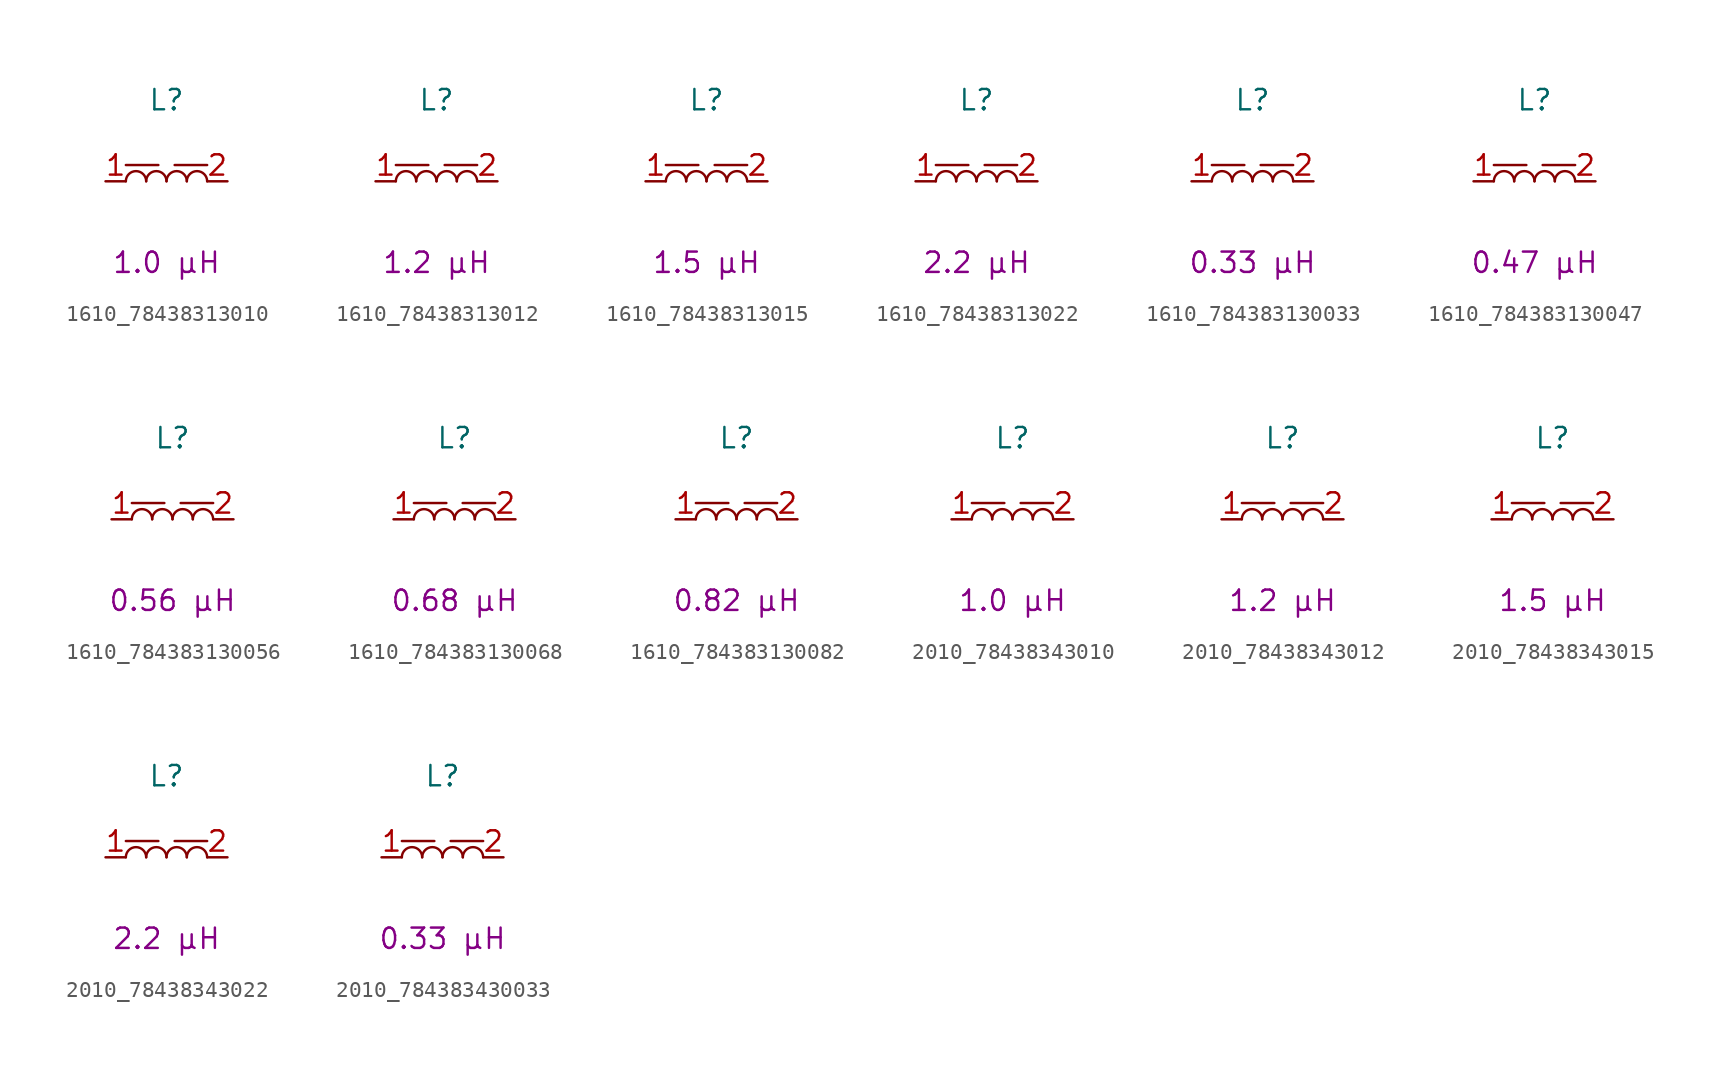
<source format=kicad_sym>
(kicad_symbol_lib
  (version 20220914)
  (generator kicad_symbol_editor)
  (symbol "1610_78438313010"
    (pin_names hide)
    (property "Reference" "L"
      (at 0 5.08 0)
      (effects (font (size 1.27 1.27))))
    (property "Critical Parameter" "1.0 µH"
      (at 0 -5.08 0)
      (effects (font (size 1.27 1.27))))
    (symbol "1610_78438313010_0_1"
      (arc (start -1.27 0) (mid -1.905 0.6323) (end -2.54 0) (stroke (width 0) (type default)) (fill (type none)))
      (arc (start 0 0) (mid -0.635 0.6323) (end -1.27 0) (stroke (width 0) (type default)) (fill (type none)))
      (polyline (pts (xy -2.54 1.016) (xy -0.508 1.016)) (stroke (width 0) (type default)) (fill (type none)))
      (arc (start 1.27 0) (mid 0.635 0.6323) (end 0 0) (stroke (width 0) (type default)) (fill (type none)))
      (arc (start 2.54 0) (mid 1.905 0.6323) (end 1.27 0) (stroke (width 0) (type default)) (fill (type none))))
    (symbol "1610_78438313010_1_1"
      (polyline (pts (xy 2.54 1.016) (xy 0.508 1.016)) (stroke (width 0) (type default)) (fill (type none)))
      (pin passive line (at -3.81 0 0) (length 1.27) (name "1" (effects (font (size 1.27 1.27)))) (number "1" (effects (font (size 1.27 1.27)))))
      (pin passive line (at 3.81 0 180) (length 1.27) (name "2" (effects (font (size 1.27 1.27)))) (number "2" (effects (font (size 1.27 1.27)))))))
  (symbol "1610_78438313012"
    (pin_names hide)
    (property "Reference" "L"
      (at 0 5.08 0)
      (effects (font (size 1.27 1.27))))
    (property "Critical Parameter" "1.2 µH"
      (at 0 -5.08 0)
      (effects (font (size 1.27 1.27))))
    (symbol "1610_78438313012_0_1"
      (arc (start -1.27 0) (mid -1.905 0.6323) (end -2.54 0) (stroke (width 0) (type default)) (fill (type none)))
      (arc (start 0 0) (mid -0.635 0.6323) (end -1.27 0) (stroke (width 0) (type default)) (fill (type none)))
      (polyline (pts (xy -2.54 1.016) (xy -0.508 1.016)) (stroke (width 0) (type default)) (fill (type none)))
      (arc (start 1.27 0) (mid 0.635 0.6323) (end 0 0) (stroke (width 0) (type default)) (fill (type none)))
      (arc (start 2.54 0) (mid 1.905 0.6323) (end 1.27 0) (stroke (width 0) (type default)) (fill (type none))))
    (symbol "1610_78438313012_1_1"
      (polyline (pts (xy 2.54 1.016) (xy 0.508 1.016)) (stroke (width 0) (type default)) (fill (type none)))
      (pin passive line (at -3.81 0 0) (length 1.27) (name "1" (effects (font (size 1.27 1.27)))) (number "1" (effects (font (size 1.27 1.27)))))
      (pin passive line (at 3.81 0 180) (length 1.27) (name "2" (effects (font (size 1.27 1.27)))) (number "2" (effects (font (size 1.27 1.27)))))))
  (symbol "1610_78438313015"
    (pin_names hide)
    (property "Reference" "L"
      (at 0 5.08 0)
      (effects (font (size 1.27 1.27))))
    (property "Critical Parameter" "1.5 µH"
      (at 0 -5.08 0)
      (effects (font (size 1.27 1.27))))
    (symbol "1610_78438313015_0_1"
      (arc (start -1.27 0) (mid -1.905 0.6323) (end -2.54 0) (stroke (width 0) (type default)) (fill (type none)))
      (arc (start 0 0) (mid -0.635 0.6323) (end -1.27 0) (stroke (width 0) (type default)) (fill (type none)))
      (polyline (pts (xy -2.54 1.016) (xy -0.508 1.016)) (stroke (width 0) (type default)) (fill (type none)))
      (arc (start 1.27 0) (mid 0.635 0.6323) (end 0 0) (stroke (width 0) (type default)) (fill (type none)))
      (arc (start 2.54 0) (mid 1.905 0.6323) (end 1.27 0) (stroke (width 0) (type default)) (fill (type none))))
    (symbol "1610_78438313015_1_1"
      (polyline (pts (xy 2.54 1.016) (xy 0.508 1.016)) (stroke (width 0) (type default)) (fill (type none)))
      (pin passive line (at -3.81 0 0) (length 1.27) (name "1" (effects (font (size 1.27 1.27)))) (number "1" (effects (font (size 1.27 1.27)))))
      (pin passive line (at 3.81 0 180) (length 1.27) (name "2" (effects (font (size 1.27 1.27)))) (number "2" (effects (font (size 1.27 1.27)))))))
  (symbol "1610_78438313022"
    (pin_names hide)
    (property "Reference" "L"
      (at 0 5.08 0)
      (effects (font (size 1.27 1.27))))
    (property "Critical Parameter" "2.2 µH"
      (at 0 -5.08 0)
      (effects (font (size 1.27 1.27))))
    (symbol "1610_78438313022_0_1"
      (arc (start -1.27 0) (mid -1.905 0.6323) (end -2.54 0) (stroke (width 0) (type default)) (fill (type none)))
      (arc (start 0 0) (mid -0.635 0.6323) (end -1.27 0) (stroke (width 0) (type default)) (fill (type none)))
      (polyline (pts (xy -2.54 1.016) (xy -0.508 1.016)) (stroke (width 0) (type default)) (fill (type none)))
      (arc (start 1.27 0) (mid 0.635 0.6323) (end 0 0) (stroke (width 0) (type default)) (fill (type none)))
      (arc (start 2.54 0) (mid 1.905 0.6323) (end 1.27 0) (stroke (width 0) (type default)) (fill (type none))))
    (symbol "1610_78438313022_1_1"
      (polyline (pts (xy 2.54 1.016) (xy 0.508 1.016)) (stroke (width 0) (type default)) (fill (type none)))
      (pin passive line (at -3.81 0 0) (length 1.27) (name "1" (effects (font (size 1.27 1.27)))) (number "1" (effects (font (size 1.27 1.27)))))
      (pin passive line (at 3.81 0 180) (length 1.27) (name "2" (effects (font (size 1.27 1.27)))) (number "2" (effects (font (size 1.27 1.27)))))))
  (symbol "1610_784383130033"
    (pin_names hide)
    (property "Reference" "L"
      (at 0 5.08 0)
      (effects (font (size 1.27 1.27))))
    (property "Critical Parameter" "0.33 µH"
      (at 0 -5.08 0)
      (effects (font (size 1.27 1.27))))
    (symbol "1610_784383130033_0_1"
      (arc (start -1.27 0) (mid -1.905 0.6323) (end -2.54 0) (stroke (width 0) (type default)) (fill (type none)))
      (arc (start 0 0) (mid -0.635 0.6323) (end -1.27 0) (stroke (width 0) (type default)) (fill (type none)))
      (polyline (pts (xy -2.54 1.016) (xy -0.508 1.016)) (stroke (width 0) (type default)) (fill (type none)))
      (arc (start 1.27 0) (mid 0.635 0.6323) (end 0 0) (stroke (width 0) (type default)) (fill (type none)))
      (arc (start 2.54 0) (mid 1.905 0.6323) (end 1.27 0) (stroke (width 0) (type default)) (fill (type none))))
    (symbol "1610_784383130033_1_1"
      (polyline (pts (xy 2.54 1.016) (xy 0.508 1.016)) (stroke (width 0) (type default)) (fill (type none)))
      (pin passive line (at -3.81 0 0) (length 1.27) (name "1" (effects (font (size 1.27 1.27)))) (number "1" (effects (font (size 1.27 1.27)))))
      (pin passive line (at 3.81 0 180) (length 1.27) (name "2" (effects (font (size 1.27 1.27)))) (number "2" (effects (font (size 1.27 1.27)))))))
  (symbol "1610_784383130047"
    (pin_names hide)
    (property "Reference" "L"
      (at 0 5.08 0)
      (effects (font (size 1.27 1.27))))
    (property "Critical Parameter" "0.47 µH"
      (at 0 -5.08 0)
      (effects (font (size 1.27 1.27))))
    (symbol "1610_784383130047_0_1"
      (arc (start -1.27 0) (mid -1.905 0.6323) (end -2.54 0) (stroke (width 0) (type default)) (fill (type none)))
      (arc (start 0 0) (mid -0.635 0.6323) (end -1.27 0) (stroke (width 0) (type default)) (fill (type none)))
      (polyline (pts (xy -2.54 1.016) (xy -0.508 1.016)) (stroke (width 0) (type default)) (fill (type none)))
      (arc (start 1.27 0) (mid 0.635 0.6323) (end 0 0) (stroke (width 0) (type default)) (fill (type none)))
      (arc (start 2.54 0) (mid 1.905 0.6323) (end 1.27 0) (stroke (width 0) (type default)) (fill (type none))))
    (symbol "1610_784383130047_1_1"
      (polyline (pts (xy 2.54 1.016) (xy 0.508 1.016)) (stroke (width 0) (type default)) (fill (type none)))
      (pin passive line (at -3.81 0 0) (length 1.27) (name "1" (effects (font (size 1.27 1.27)))) (number "1" (effects (font (size 1.27 1.27)))))
      (pin passive line (at 3.81 0 180) (length 1.27) (name "2" (effects (font (size 1.27 1.27)))) (number "2" (effects (font (size 1.27 1.27)))))))
  (symbol "1610_784383130056"
    (pin_names hide)
    (property "Reference" "L"
      (at 0 5.08 0)
      (effects (font (size 1.27 1.27))))
    (property "Critical Parameter" "0.56 µH"
      (at 0 -5.08 0)
      (effects (font (size 1.27 1.27))))
    (symbol "1610_784383130056_0_1"
      (arc (start -1.27 0) (mid -1.905 0.6323) (end -2.54 0) (stroke (width 0) (type default)) (fill (type none)))
      (arc (start 0 0) (mid -0.635 0.6323) (end -1.27 0) (stroke (width 0) (type default)) (fill (type none)))
      (polyline (pts (xy -2.54 1.016) (xy -0.508 1.016)) (stroke (width 0) (type default)) (fill (type none)))
      (arc (start 1.27 0) (mid 0.635 0.6323) (end 0 0) (stroke (width 0) (type default)) (fill (type none)))
      (arc (start 2.54 0) (mid 1.905 0.6323) (end 1.27 0) (stroke (width 0) (type default)) (fill (type none))))
    (symbol "1610_784383130056_1_1"
      (polyline (pts (xy 2.54 1.016) (xy 0.508 1.016)) (stroke (width 0) (type default)) (fill (type none)))
      (pin passive line (at -3.81 0 0) (length 1.27) (name "1" (effects (font (size 1.27 1.27)))) (number "1" (effects (font (size 1.27 1.27)))))
      (pin passive line (at 3.81 0 180) (length 1.27) (name "2" (effects (font (size 1.27 1.27)))) (number "2" (effects (font (size 1.27 1.27)))))))
  (symbol "1610_784383130068"
    (pin_names hide)
    (property "Reference" "L"
      (at 0 5.08 0)
      (effects (font (size 1.27 1.27))))
    (property "Critical Parameter" "0.68 µH"
      (at 0 -5.08 0)
      (effects (font (size 1.27 1.27))))
    (symbol "1610_784383130068_0_1"
      (arc (start -1.27 0) (mid -1.905 0.6323) (end -2.54 0) (stroke (width 0) (type default)) (fill (type none)))
      (arc (start 0 0) (mid -0.635 0.6323) (end -1.27 0) (stroke (width 0) (type default)) (fill (type none)))
      (polyline (pts (xy -2.54 1.016) (xy -0.508 1.016)) (stroke (width 0) (type default)) (fill (type none)))
      (arc (start 1.27 0) (mid 0.635 0.6323) (end 0 0) (stroke (width 0) (type default)) (fill (type none)))
      (arc (start 2.54 0) (mid 1.905 0.6323) (end 1.27 0) (stroke (width 0) (type default)) (fill (type none))))
    (symbol "1610_784383130068_1_1"
      (polyline (pts (xy 2.54 1.016) (xy 0.508 1.016)) (stroke (width 0) (type default)) (fill (type none)))
      (pin passive line (at -3.81 0 0) (length 1.27) (name "1" (effects (font (size 1.27 1.27)))) (number "1" (effects (font (size 1.27 1.27)))))
      (pin passive line (at 3.81 0 180) (length 1.27) (name "2" (effects (font (size 1.27 1.27)))) (number "2" (effects (font (size 1.27 1.27)))))))
  (symbol "1610_784383130082"
    (pin_names hide)
    (property "Reference" "L"
      (at 0 5.08 0)
      (effects (font (size 1.27 1.27))))
    (property "Critical Parameter" "0.82 µH"
      (at 0 -5.08 0)
      (effects (font (size 1.27 1.27))))
    (symbol "1610_784383130082_0_1"
      (arc (start -1.27 0) (mid -1.905 0.6323) (end -2.54 0) (stroke (width 0) (type default)) (fill (type none)))
      (arc (start 0 0) (mid -0.635 0.6323) (end -1.27 0) (stroke (width 0) (type default)) (fill (type none)))
      (polyline (pts (xy -2.54 1.016) (xy -0.508 1.016)) (stroke (width 0) (type default)) (fill (type none)))
      (arc (start 1.27 0) (mid 0.635 0.6323) (end 0 0) (stroke (width 0) (type default)) (fill (type none)))
      (arc (start 2.54 0) (mid 1.905 0.6323) (end 1.27 0) (stroke (width 0) (type default)) (fill (type none))))
    (symbol "1610_784383130082_1_1"
      (polyline (pts (xy 2.54 1.016) (xy 0.508 1.016)) (stroke (width 0) (type default)) (fill (type none)))
      (pin passive line (at -3.81 0 0) (length 1.27) (name "1" (effects (font (size 1.27 1.27)))) (number "1" (effects (font (size 1.27 1.27)))))
      (pin passive line (at 3.81 0 180) (length 1.27) (name "2" (effects (font (size 1.27 1.27)))) (number "2" (effects (font (size 1.27 1.27)))))))
  (symbol "2010_78438343010"
    (pin_names hide)
    (property "Reference" "L"
      (at 0 5.08 0)
      (effects (font (size 1.27 1.27))))
    (property "Critical Parameter" "1.0 µH"
      (at 0 -5.08 0)
      (effects (font (size 1.27 1.27))))
    (symbol "2010_78438343010_0_1"
      (arc (start -1.27 0) (mid -1.905 0.6323) (end -2.54 0) (stroke (width 0) (type default)) (fill (type none)))
      (arc (start 0 0) (mid -0.635 0.6323) (end -1.27 0) (stroke (width 0) (type default)) (fill (type none)))
      (polyline (pts (xy -2.54 1.016) (xy -0.508 1.016)) (stroke (width 0) (type default)) (fill (type none)))
      (arc (start 1.27 0) (mid 0.635 0.6323) (end 0 0) (stroke (width 0) (type default)) (fill (type none)))
      (arc (start 2.54 0) (mid 1.905 0.6323) (end 1.27 0) (stroke (width 0) (type default)) (fill (type none))))
    (symbol "2010_78438343010_1_1"
      (polyline (pts (xy 2.54 1.016) (xy 0.508 1.016)) (stroke (width 0) (type default)) (fill (type none)))
      (pin passive line (at -3.81 0 0) (length 1.27) (name "1" (effects (font (size 1.27 1.27)))) (number "1" (effects (font (size 1.27 1.27)))))
      (pin passive line (at 3.81 0 180) (length 1.27) (name "2" (effects (font (size 1.27 1.27)))) (number "2" (effects (font (size 1.27 1.27)))))))
  (symbol "2010_78438343012"
    (pin_names hide)
    (property "Reference" "L"
      (at 0 5.08 0)
      (effects (font (size 1.27 1.27))))
    (property "Critical Parameter" "1.2 µH"
      (at 0 -5.08 0)
      (effects (font (size 1.27 1.27))))
    (symbol "2010_78438343012_0_1"
      (arc (start -1.27 0) (mid -1.905 0.6323) (end -2.54 0) (stroke (width 0) (type default)) (fill (type none)))
      (arc (start 0 0) (mid -0.635 0.6323) (end -1.27 0) (stroke (width 0) (type default)) (fill (type none)))
      (polyline (pts (xy -2.54 1.016) (xy -0.508 1.016)) (stroke (width 0) (type default)) (fill (type none)))
      (arc (start 1.27 0) (mid 0.635 0.6323) (end 0 0) (stroke (width 0) (type default)) (fill (type none)))
      (arc (start 2.54 0) (mid 1.905 0.6323) (end 1.27 0) (stroke (width 0) (type default)) (fill (type none))))
    (symbol "2010_78438343012_1_1"
      (polyline (pts (xy 2.54 1.016) (xy 0.508 1.016)) (stroke (width 0) (type default)) (fill (type none)))
      (pin passive line (at -3.81 0 0) (length 1.27) (name "1" (effects (font (size 1.27 1.27)))) (number "1" (effects (font (size 1.27 1.27)))))
      (pin passive line (at 3.81 0 180) (length 1.27) (name "2" (effects (font (size 1.27 1.27)))) (number "2" (effects (font (size 1.27 1.27)))))))
  (symbol "2010_78438343015"
    (pin_names hide)
    (property "Reference" "L"
      (at 0 5.08 0)
      (effects (font (size 1.27 1.27))))
    (property "Critical Parameter" "1.5 µH"
      (at 0 -5.08 0)
      (effects (font (size 1.27 1.27))))
    (symbol "2010_78438343015_0_1"
      (arc (start -1.27 0) (mid -1.905 0.6323) (end -2.54 0) (stroke (width 0) (type default)) (fill (type none)))
      (arc (start 0 0) (mid -0.635 0.6323) (end -1.27 0) (stroke (width 0) (type default)) (fill (type none)))
      (polyline (pts (xy -2.54 1.016) (xy -0.508 1.016)) (stroke (width 0) (type default)) (fill (type none)))
      (arc (start 1.27 0) (mid 0.635 0.6323) (end 0 0) (stroke (width 0) (type default)) (fill (type none)))
      (arc (start 2.54 0) (mid 1.905 0.6323) (end 1.27 0) (stroke (width 0) (type default)) (fill (type none))))
    (symbol "2010_78438343015_1_1"
      (polyline (pts (xy 2.54 1.016) (xy 0.508 1.016)) (stroke (width 0) (type default)) (fill (type none)))
      (pin passive line (at -3.81 0 0) (length 1.27) (name "1" (effects (font (size 1.27 1.27)))) (number "1" (effects (font (size 1.27 1.27)))))
      (pin passive line (at 3.81 0 180) (length 1.27) (name "2" (effects (font (size 1.27 1.27)))) (number "2" (effects (font (size 1.27 1.27)))))))
  (symbol "2010_78438343022"
    (pin_names hide)
    (property "Reference" "L"
      (at 0 5.08 0)
      (effects (font (size 1.27 1.27))))
    (property "Critical Parameter" "2.2 µH"
      (at 0 -5.08 0)
      (effects (font (size 1.27 1.27))))
    (symbol "2010_78438343022_0_1"
      (arc (start -1.27 0) (mid -1.905 0.6323) (end -2.54 0) (stroke (width 0) (type default)) (fill (type none)))
      (arc (start 0 0) (mid -0.635 0.6323) (end -1.27 0) (stroke (width 0) (type default)) (fill (type none)))
      (polyline (pts (xy -2.54 1.016) (xy -0.508 1.016)) (stroke (width 0) (type default)) (fill (type none)))
      (arc (start 1.27 0) (mid 0.635 0.6323) (end 0 0) (stroke (width 0) (type default)) (fill (type none)))
      (arc (start 2.54 0) (mid 1.905 0.6323) (end 1.27 0) (stroke (width 0) (type default)) (fill (type none))))
    (symbol "2010_78438343022_1_1"
      (polyline (pts (xy 2.54 1.016) (xy 0.508 1.016)) (stroke (width 0) (type default)) (fill (type none)))
      (pin passive line (at -3.81 0 0) (length 1.27) (name "1" (effects (font (size 1.27 1.27)))) (number "1" (effects (font (size 1.27 1.27)))))
      (pin passive line (at 3.81 0 180) (length 1.27) (name "2" (effects (font (size 1.27 1.27)))) (number "2" (effects (font (size 1.27 1.27)))))))
  (symbol "2010_784383430033"
    (pin_names hide)
    (property "Reference" "L"
      (at 0 5.08 0)
      (effects (font (size 1.27 1.27))))
    (property "Critical Parameter" "0.33 µH"
      (at 0 -5.08 0)
      (effects (font (size 1.27 1.27))))
    (symbol "2010_784383430033_0_1"
      (arc (start -1.27 0) (mid -1.905 0.6323) (end -2.54 0) (stroke (width 0) (type default)) (fill (type none)))
      (arc (start 0 0) (mid -0.635 0.6323) (end -1.27 0) (stroke (width 0) (type default)) (fill (type none)))
      (polyline (pts (xy -2.54 1.016) (xy -0.508 1.016)) (stroke (width 0) (type default)) (fill (type none)))
      (arc (start 1.27 0) (mid 0.635 0.6323) (end 0 0) (stroke (width 0) (type default)) (fill (type none)))
      (arc (start 2.54 0) (mid 1.905 0.6323) (end 1.27 0) (stroke (width 0) (type default)) (fill (type none))))
    (symbol "2010_784383430033_1_1"
      (polyline (pts (xy 2.54 1.016) (xy 0.508 1.016)) (stroke (width 0) (type default)) (fill (type none)))
      (pin passive line (at -3.81 0 0) (length 1.27) (name "1" (effects (font (size 1.27 1.27)))) (number "1" (effects (font (size 1.27 1.27)))))
      (pin passive line (at 3.81 0 180) (length 1.27) (name "2" (effects (font (size 1.27 1.27)))) (number "2" (effects (font (size 1.27 1.27))))))))
</source>
